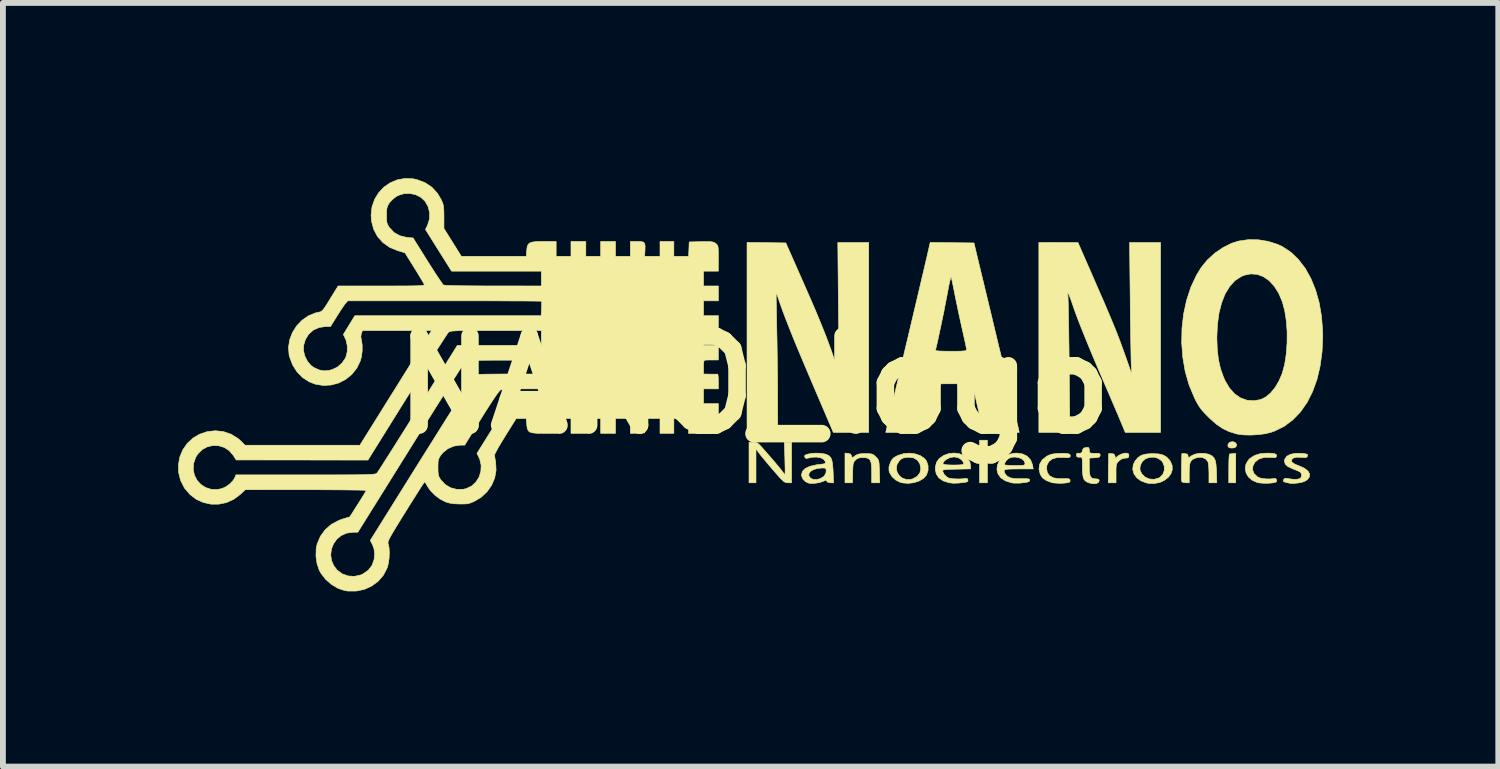
<source format=kicad_pcb>
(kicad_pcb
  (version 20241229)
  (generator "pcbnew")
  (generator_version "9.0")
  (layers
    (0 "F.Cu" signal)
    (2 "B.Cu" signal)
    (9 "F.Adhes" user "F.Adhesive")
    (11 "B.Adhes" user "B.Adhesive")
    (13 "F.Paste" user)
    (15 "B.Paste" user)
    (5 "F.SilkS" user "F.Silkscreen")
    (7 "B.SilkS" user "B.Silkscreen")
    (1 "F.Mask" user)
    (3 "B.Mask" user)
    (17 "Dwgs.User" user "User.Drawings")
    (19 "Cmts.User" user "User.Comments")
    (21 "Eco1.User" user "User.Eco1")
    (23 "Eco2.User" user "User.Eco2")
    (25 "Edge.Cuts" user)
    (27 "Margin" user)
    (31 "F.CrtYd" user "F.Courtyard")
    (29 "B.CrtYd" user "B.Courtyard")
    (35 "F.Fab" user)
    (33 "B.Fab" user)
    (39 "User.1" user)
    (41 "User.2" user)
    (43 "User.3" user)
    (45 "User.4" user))
  (footprint "NANO_logo"
    (layer "F.Cu")
    (at 9.858 3.539)
    (property "Reference" "NANO_logo" (at 0 0 0) (layer "F.SilkS") (effects (font (size 1.524 1.524) (thickness 0.3))))
    (attr through_hole)
    (fp_poly (pts (xy 3.996 1.676) (xy 3.861 1.676) (xy 3.861 0.948) (xy 3.996 0.948) (xy 3.996 1.676)) (stroke (width 0.01) (type solid)) (fill yes) (layer "F.SilkS"))
    (fp_poly (pts (xy 8.247 1.676) (xy 8.128 1.676) (xy 8.128 1.431) (xy 8.129 1.344) (xy 8.131 1.27) (xy 8.135 1.215) (xy 8.139 1.186) (xy 8.141 1.183) (xy 8.166 1.18) (xy 8.2 1.177) (xy 8.247 1.173) (xy 8.247 1.676)) (stroke (width 0.01) (type solid)) (fill yes) (layer "F.SilkS"))
    (fp_poly (pts (xy 8.238 0.986) (xy 8.261 1.017) (xy 8.263 1.032) (xy 8.249 1.063) (xy 8.212 1.08) (xy 8.163 1.081) (xy 8.132 1.073) (xy 8.113 1.05) (xy 8.115 1.018) (xy 8.138 0.988) (xy 8.151 0.98) (xy 8.197 0.972) (xy 8.238 0.986)) (stroke (width 0.01) (type solid)) (fill yes) (layer "F.SilkS"))
    (fp_poly (pts (xy 6.401 1.172) (xy 6.416 1.189) (xy 6.418 1.211) (xy 6.413 1.239) (xy 6.394 1.251) (xy 6.357 1.253) (xy 6.301 1.264) (xy 6.25 1.299) (xy 6.247 1.303) (xy 6.224 1.327) (xy 6.21 1.351) (xy 6.202 1.382) (xy 6.198 1.43) (xy 6.198 1.501) (xy 6.198 1.514) (xy 6.198 1.676) (xy 6.065 1.676) (xy 6.071 1.177) (xy 6.121 1.177) (xy 6.159 1.183) (xy 6.177 1.207) (xy 6.183 1.228) (xy 6.191 1.256) (xy 6.195 1.259) (xy 6.196 1.257) (xy 6.213 1.231) (xy 6.252 1.203) (xy 6.301 1.181) (xy 6.351 1.169) (xy 6.363 1.168) (xy 6.401 1.172)) (stroke (width 0.01) (type solid)) (fill yes) (layer "F.SilkS"))
    (fp_poly (pts (xy 0.643 1.676) (xy 0.58 1.676) (xy 0.555 1.674) (xy 0.532 1.667) (xy 0.507 1.651) (xy 0.475 1.622) (xy 0.432 1.577) (xy 0.374 1.511) (xy 0.339 1.47) (xy 0.272 1.393) (xy 0.208 1.317) (xy 0.152 1.249) (xy 0.11 1.198) (xy 0.097 1.181) (xy 0.034 1.097) (xy 0.034 1.676) (xy -0.085 1.676) (xy -0.085 0.982) (xy -0.013 0.982) (xy 0.026 0.985) (xy 0.057 0.995) (xy 0.088 1.019) (xy 0.129 1.062) (xy 0.144 1.079) (xy 0.261 1.213) (xy 0.357 1.324) (xy 0.43 1.411) (xy 0.48 1.474) (xy 0.508 1.512) (xy 0.518 1.527) (xy 0.526 1.532) (xy 0.53 1.522) (xy 0.533 1.494) (xy 0.533 1.443) (xy 0.531 1.366) (xy 0.529 1.27) (xy 0.52 0.982) (xy 0.643 0.982) (xy 0.643 1.676)) (stroke (width 0.01) (type solid)) (fill yes) (layer "F.SilkS"))
    (fp_poly (pts (xy 1.609 1.172) (xy 1.651 1.183) (xy 1.67 1.214) (xy 1.68 1.252) (xy 1.73 1.214) (xy 1.765 1.194) (xy 1.805 1.182) (xy 1.863 1.177) (xy 1.906 1.177) (xy 1.972 1.178) (xy 2.014 1.183) (xy 2.045 1.196) (xy 2.073 1.219) (xy 2.087 1.232) (xy 2.11 1.257) (xy 2.126 1.28) (xy 2.136 1.307) (xy 2.142 1.348) (xy 2.145 1.409) (xy 2.148 1.482) (xy 2.153 1.676) (xy 2.015 1.676) (xy 2.015 1.5) (xy 2.013 1.401) (xy 2.004 1.331) (xy 1.986 1.285) (xy 1.957 1.259) (xy 1.912 1.247) (xy 1.865 1.245) (xy 1.805 1.249) (xy 1.765 1.263) (xy 1.736 1.288) (xy 1.716 1.31) (xy 1.704 1.334) (xy 1.696 1.368) (xy 1.692 1.419) (xy 1.69 1.496) (xy 1.69 1.503) (xy 1.687 1.676) (xy 1.558 1.676) (xy 1.558 1.168) (xy 1.609 1.172)) (stroke (width 0.01) (type solid)) (fill yes) (layer "F.SilkS"))
    (fp_poly (pts (xy 8.863 1.171) (xy 8.915 1.179) (xy 8.941 1.193) (xy 8.947 1.214) (xy 8.945 1.22) (xy 8.937 1.238) (xy 8.917 1.246) (xy 8.878 1.246) (xy 8.84 1.242) (xy 8.733 1.242) (xy 8.647 1.268) (xy 8.581 1.319) (xy 8.577 1.323) (xy 8.541 1.389) (xy 8.536 1.456) (xy 8.561 1.519) (xy 8.615 1.571) (xy 8.639 1.585) (xy 8.688 1.6) (xy 8.757 1.609) (xy 8.829 1.611) (xy 8.891 1.605) (xy 8.905 1.601) (xy 8.932 1.605) (xy 8.947 1.627) (xy 8.946 1.653) (xy 8.93 1.666) (xy 8.877 1.678) (xy 8.804 1.684) (xy 8.724 1.684) (xy 8.651 1.678) (xy 8.613 1.67) (xy 8.528 1.632) (xy 8.465 1.577) (xy 8.425 1.509) (xy 8.41 1.434) (xy 8.422 1.359) (xy 8.462 1.289) (xy 8.49 1.26) (xy 8.57 1.208) (xy 8.665 1.178) (xy 8.782 1.169) (xy 8.782 1.169) (xy 8.863 1.171)) (stroke (width 0.01) (type solid)) (fill yes) (layer "F.SilkS"))
    (fp_poly (pts (xy 5.379 1.178) (xy 5.41 1.193) (xy 5.416 1.216) (xy 5.413 1.225) (xy 5.402 1.24) (xy 5.376 1.246) (xy 5.328 1.245) (xy 5.297 1.242) (xy 5.193 1.243) (xy 5.11 1.266) (xy 5.05 1.31) (xy 5.016 1.372) (xy 5.009 1.422) (xy 5.02 1.498) (xy 5.058 1.554) (xy 5.124 1.591) (xy 5.215 1.606) (xy 5.28 1.606) (xy 5.346 1.604) (xy 5.387 1.607) (xy 5.406 1.617) (xy 5.41 1.624) (xy 5.411 1.653) (xy 5.407 1.661) (xy 5.378 1.673) (xy 5.325 1.681) (xy 5.259 1.685) (xy 5.19 1.683) (xy 5.128 1.678) (xy 5.094 1.671) (xy 5.004 1.637) (xy 4.941 1.593) (xy 4.902 1.535) (xy 4.901 1.532) (xy 4.879 1.442) (xy 4.89 1.359) (xy 4.932 1.286) (xy 5.005 1.226) (xy 5.009 1.224) (xy 5.056 1.2) (xy 5.104 1.185) (xy 5.165 1.177) (xy 5.231 1.173) (xy 5.32 1.172) (xy 5.379 1.178)) (stroke (width 0.01) (type solid)) (fill yes) (layer "F.SilkS"))
    (fp_poly (pts (xy 7.782 1.187) (xy 7.793 1.191) (xy 7.84 1.215) (xy 7.874 1.247) (xy 7.896 1.292) (xy 7.909 1.356) (xy 7.916 1.445) (xy 7.918 1.491) (xy 7.923 1.676) (xy 7.789 1.676) (xy 7.789 1.516) (xy 7.787 1.441) (xy 7.782 1.375) (xy 7.775 1.328) (xy 7.771 1.315) (xy 7.732 1.268) (xy 7.674 1.242) (xy 7.606 1.239) (xy 7.536 1.261) (xy 7.535 1.262) (xy 7.499 1.285) (xy 7.474 1.314) (xy 7.46 1.357) (xy 7.453 1.419) (xy 7.451 1.508) (xy 7.451 1.514) (xy 7.451 1.676) (xy 7.391 1.676) (xy 7.348 1.671) (xy 7.324 1.657) (xy 7.323 1.654) (xy 7.32 1.63) (xy 7.318 1.579) (xy 7.318 1.508) (xy 7.319 1.424) (xy 7.319 1.405) (xy 7.324 1.177) (xy 7.374 1.177) (xy 7.413 1.183) (xy 7.429 1.206) (xy 7.431 1.215) (xy 7.436 1.252) (xy 7.486 1.216) (xy 7.546 1.187) (xy 7.625 1.172) (xy 7.708 1.172) (xy 7.782 1.187)) (stroke (width 0.01) (type solid)) (fill yes) (layer "F.SilkS"))
    (fp_poly (pts (xy 2.76 1.181) (xy 2.847 1.211) (xy 2.918 1.259) (xy 2.953 1.303) (xy 2.98 1.38) (xy 2.98 1.465) (xy 2.953 1.544) (xy 2.902 1.601) (xy 2.828 1.645) (xy 2.738 1.674) (xy 2.641 1.686) (xy 2.544 1.678) (xy 2.504 1.668) (xy 2.427 1.629) (xy 2.363 1.571) (xy 2.321 1.502) (xy 2.311 1.467) (xy 2.311 1.433) (xy 2.437 1.433) (xy 2.451 1.497) (xy 2.487 1.553) (xy 2.539 1.595) (xy 2.605 1.619) (xy 2.679 1.619) (xy 2.721 1.608) (xy 2.794 1.565) (xy 2.84 1.506) (xy 2.856 1.435) (xy 2.841 1.356) (xy 2.839 1.35) (xy 2.796 1.287) (xy 2.732 1.25) (xy 2.647 1.239) (xy 2.619 1.241) (xy 2.558 1.251) (xy 2.516 1.273) (xy 2.486 1.302) (xy 2.447 1.366) (xy 2.437 1.433) (xy 2.311 1.433) (xy 2.311 1.404) (xy 2.335 1.33) (xy 2.36 1.282) (xy 2.39 1.249) (xy 2.438 1.221) (xy 2.464 1.208) (xy 2.561 1.178) (xy 2.661 1.169) (xy 2.76 1.181)) (stroke (width 0.01) (type solid)) (fill yes) (layer "F.SilkS"))
    (fp_poly (pts (xy 6.928 1.182) (xy 7.006 1.201) (xy 7.066 1.237) (xy 7.116 1.291) (xy 7.125 1.303) (xy 7.158 1.377) (xy 7.161 1.451) (xy 7.138 1.521) (xy 7.093 1.582) (xy 7.028 1.633) (xy 6.949 1.67) (xy 6.857 1.688) (xy 6.758 1.686) (xy 6.714 1.677) (xy 6.622 1.642) (xy 6.551 1.588) (xy 6.504 1.522) (xy 6.484 1.447) (xy 6.488 1.41) (xy 6.608 1.41) (xy 6.609 1.46) (xy 6.634 1.513) (xy 6.643 1.526) (xy 6.698 1.58) (xy 6.77 1.611) (xy 6.85 1.617) (xy 6.927 1.595) (xy 6.951 1.582) (xy 6.999 1.532) (xy 7.024 1.466) (xy 7.024 1.395) (xy 6.998 1.327) (xy 6.98 1.302) (xy 6.921 1.258) (xy 6.85 1.238) (xy 6.776 1.24) (xy 6.707 1.263) (xy 6.653 1.307) (xy 6.628 1.347) (xy 6.608 1.41) (xy 6.488 1.41) (xy 6.492 1.368) (xy 6.524 1.303) (xy 6.573 1.245) (xy 6.631 1.206) (xy 6.705 1.185) (xy 6.804 1.177) (xy 6.824 1.177) (xy 6.928 1.182)) (stroke (width 0.01) (type solid)) (fill yes) (layer "F.SilkS"))
    (fp_poly (pts (xy 9.413 1.176) (xy 9.455 1.183) (xy 9.475 1.193) (xy 9.477 1.211) (xy 9.473 1.224) (xy 9.459 1.24) (xy 9.43 1.245) (xy 9.381 1.241) (xy 9.295 1.238) (xy 9.236 1.251) (xy 9.205 1.279) (xy 9.205 1.281) (xy 9.202 1.309) (xy 9.222 1.334) (xy 9.266 1.36) (xy 9.339 1.39) (xy 9.346 1.392) (xy 9.429 1.431) (xy 9.485 1.477) (xy 9.512 1.525) (xy 9.508 1.575) (xy 9.474 1.621) (xy 9.44 1.645) (xy 9.389 1.665) (xy 9.319 1.679) (xy 9.246 1.687) (xy 9.184 1.686) (xy 9.169 1.683) (xy 9.124 1.673) (xy 9.097 1.667) (xy 9.065 1.654) (xy 9.064 1.631) (xy 9.074 1.612) (xy 9.09 1.601) (xy 9.122 1.6) (xy 9.173 1.609) (xy 9.252 1.619) (xy 9.316 1.613) (xy 9.355 1.598) (xy 9.371 1.574) (xy 9.373 1.55) (xy 9.37 1.522) (xy 9.359 1.5) (xy 9.332 1.482) (xy 9.285 1.461) (xy 9.224 1.438) (xy 9.143 1.4) (xy 9.095 1.356) (xy 9.08 1.305) (xy 9.086 1.273) (xy 9.122 1.221) (xy 9.185 1.188) (xy 9.275 1.172) (xy 9.342 1.172) (xy 9.413 1.176)) (stroke (width 0.01) (type solid)) (fill yes) (layer "F.SilkS"))
    (fp_poly (pts (xy 5.732 1.076) (xy 5.74 1.105) (xy 5.74 1.118) (xy 5.742 1.146) (xy 5.752 1.163) (xy 5.778 1.17) (xy 5.827 1.172) (xy 5.863 1.171) (xy 5.906 1.173) (xy 5.924 1.186) (xy 5.927 1.203) (xy 5.918 1.231) (xy 5.905 1.238) (xy 5.872 1.243) (xy 5.867 1.244) (xy 5.84 1.247) (xy 5.796 1.25) (xy 5.795 1.25) (xy 5.74 1.253) (xy 5.74 1.404) (xy 5.743 1.492) (xy 5.752 1.55) (xy 5.772 1.586) (xy 5.803 1.604) (xy 5.851 1.609) (xy 5.852 1.609) (xy 5.892 1.613) (xy 5.908 1.629) (xy 5.91 1.641) (xy 5.895 1.672) (xy 5.857 1.69) (xy 5.802 1.692) (xy 5.737 1.678) (xy 5.711 1.668) (xy 5.674 1.646) (xy 5.648 1.615) (xy 5.633 1.567) (xy 5.624 1.499) (xy 5.622 1.402) (xy 5.622 1.395) (xy 5.621 1.32) (xy 5.619 1.273) (xy 5.613 1.247) (xy 5.603 1.238) (xy 5.592 1.237) (xy 5.546 1.238) (xy 5.525 1.225) (xy 5.52 1.202) (xy 5.526 1.176) (xy 5.533 1.17) (xy 5.588 1.171) (xy 5.617 1.15) (xy 5.622 1.128) (xy 5.635 1.091) (xy 5.66 1.077) (xy 5.708 1.068) (xy 5.732 1.076)) (stroke (width 0.01) (type solid)) (fill yes) (layer "F.SilkS"))
    (fp_poly (pts (xy 4.596 1.182) (xy 4.676 1.221) (xy 4.734 1.283) (xy 4.767 1.364) (xy 4.769 1.376) (xy 4.78 1.439) (xy 4.532 1.439) (xy 4.43 1.44) (xy 4.358 1.442) (xy 4.312 1.448) (xy 4.288 1.459) (xy 4.282 1.476) (xy 4.289 1.501) (xy 4.302 1.525) (xy 4.337 1.566) (xy 4.394 1.593) (xy 4.475 1.605) (xy 4.569 1.606) (xy 4.641 1.605) (xy 4.686 1.607) (xy 4.71 1.613) (xy 4.72 1.625) (xy 4.721 1.629) (xy 4.712 1.653) (xy 4.679 1.665) (xy 4.555 1.682) (xy 4.45 1.682) (xy 4.408 1.676) (xy 4.305 1.643) (xy 4.228 1.593) (xy 4.179 1.528) (xy 4.159 1.45) (xy 4.166 1.379) (xy 4.173 1.362) (xy 4.288 1.362) (xy 4.29 1.368) (xy 4.309 1.373) (xy 4.355 1.377) (xy 4.419 1.38) (xy 4.469 1.38) (xy 4.546 1.38) (xy 4.596 1.378) (xy 4.624 1.373) (xy 4.636 1.363) (xy 4.64 1.349) (xy 4.64 1.343) (xy 4.625 1.301) (xy 4.585 1.267) (xy 4.529 1.244) (xy 4.465 1.235) (xy 4.403 1.241) (xy 4.356 1.262) (xy 4.32 1.295) (xy 4.296 1.332) (xy 4.288 1.362) (xy 4.173 1.362) (xy 4.2 1.3) (xy 4.261 1.237) (xy 4.346 1.193) (xy 4.449 1.171) (xy 4.498 1.168) (xy 4.596 1.182)) (stroke (width 0.01) (type solid)) (fill yes) (layer "F.SilkS"))
    (fp_poly (pts (xy 6.96 0.813) (xy 6.356 0.813) (xy 6.287 0.648) (xy 6.264 0.593) (xy 6.23 0.511) (xy 6.186 0.409) (xy 6.135 0.29) (xy 6.08 0.161) (xy 6.021 0.025) (xy 5.978 -0.076) (xy 5.858 -0.355) (xy 5.753 -0.605) (xy 5.663 -0.826) (xy 5.586 -1.018) (xy 5.522 -1.184) (xy 5.472 -1.323) (xy 5.453 -1.38) (xy 5.426 -1.457) (xy 5.403 -1.518) (xy 5.385 -1.558) (xy 5.373 -1.576) (xy 5.369 -1.568) (xy 5.374 -1.532) (xy 5.376 -1.507) (xy 5.378 -1.451) (xy 5.381 -1.367) (xy 5.383 -1.257) (xy 5.385 -1.126) (xy 5.388 -0.975) (xy 5.39 -0.808) (xy 5.393 -0.627) (xy 5.395 -0.436) (xy 5.396 -0.334) (xy 5.407 0.813) (xy 4.877 0.813) (xy 4.877 -2.438) (xy 5.546 -2.437) (xy 5.825 -1.799) (xy 5.91 -1.603) (xy 5.984 -1.435) (xy 6.046 -1.289) (xy 6.1 -1.162) (xy 6.147 -1.049) (xy 6.189 -0.947) (xy 6.226 -0.852) (xy 6.262 -0.759) (xy 6.297 -0.664) (xy 6.333 -0.563) (xy 6.362 -0.483) (xy 6.469 -0.178) (xy 6.46 -0.313) (xy 6.458 -0.355) (xy 6.456 -0.427) (xy 6.454 -0.526) (xy 6.452 -0.649) (xy 6.449 -0.791) (xy 6.447 -0.949) (xy 6.444 -1.12) (xy 6.442 -1.301) (xy 6.441 -1.444) (xy 6.43 -2.438) (xy 6.96 -2.438) (xy 6.96 0.813)) (stroke (width 0.01) (type solid)) (fill yes) (layer "F.SilkS"))
    (fp_poly (pts (xy 3.517 1.179) (xy 3.594 1.21) (xy 3.656 1.258) (xy 3.696 1.319) (xy 3.708 1.386) (xy 3.708 1.438) (xy 3.467 1.443) (xy 3.372 1.445) (xy 3.307 1.448) (xy 3.265 1.451) (xy 3.241 1.457) (xy 3.232 1.466) (xy 3.231 1.478) (xy 3.232 1.482) (xy 3.256 1.534) (xy 3.303 1.578) (xy 3.336 1.596) (xy 3.377 1.604) (xy 3.438 1.609) (xy 3.508 1.611) (xy 3.573 1.608) (xy 3.62 1.601) (xy 3.623 1.6) (xy 3.651 1.604) (xy 3.662 1.625) (xy 3.662 1.65) (xy 3.64 1.662) (xy 3.618 1.667) (xy 3.502 1.681) (xy 3.411 1.684) (xy 3.338 1.675) (xy 3.239 1.643) (xy 3.165 1.592) (xy 3.12 1.524) (xy 3.103 1.441) (xy 3.104 1.408) (xy 3.122 1.341) (xy 3.233 1.341) (xy 3.244 1.357) (xy 3.282 1.367) (xy 3.35 1.371) (xy 3.412 1.372) (xy 3.493 1.371) (xy 3.545 1.368) (xy 3.575 1.363) (xy 3.588 1.353) (xy 3.59 1.345) (xy 3.579 1.316) (xy 3.551 1.281) (xy 3.548 1.278) (xy 3.493 1.244) (xy 3.424 1.233) (xy 3.352 1.245) (xy 3.289 1.278) (xy 3.286 1.28) (xy 3.248 1.315) (xy 3.233 1.341) (xy 3.122 1.341) (xy 3.125 1.325) (xy 3.172 1.261) (xy 3.248 1.208) (xy 3.252 1.206) (xy 3.34 1.175) (xy 3.431 1.167) (xy 3.517 1.179)) (stroke (width 0.01) (type solid)) (fill yes) (layer "F.SilkS"))
    (fp_poly (pts (xy 1.141 1.172) (xy 1.213 1.183) (xy 1.244 1.192) (xy 1.284 1.214) (xy 1.312 1.242) (xy 1.332 1.285) (xy 1.344 1.346) (xy 1.352 1.433) (xy 1.355 1.486) (xy 1.363 1.676) (xy 1.31 1.676) (xy 1.266 1.668) (xy 1.247 1.65) (xy 1.236 1.635) (xy 1.217 1.636) (xy 1.185 1.651) (xy 1.126 1.671) (xy 1.052 1.684) (xy 0.978 1.687) (xy 0.937 1.682) (xy 0.882 1.657) (xy 0.838 1.612) (xy 0.815 1.558) (xy 0.813 1.541) (xy 0.818 1.522) (xy 0.939 1.522) (xy 0.94 1.558) (xy 0.969 1.599) (xy 1.019 1.62) (xy 1.084 1.619) (xy 1.142 1.602) (xy 1.201 1.563) (xy 1.232 1.507) (xy 1.236 1.466) (xy 1.232 1.437) (xy 1.214 1.425) (xy 1.173 1.422) (xy 1.087 1.43) (xy 1.017 1.451) (xy 0.966 1.483) (xy 0.939 1.522) (xy 0.818 1.522) (xy 0.829 1.481) (xy 0.876 1.432) (xy 0.956 1.395) (xy 1.067 1.369) (xy 1.13 1.361) (xy 1.186 1.354) (xy 1.216 1.345) (xy 1.225 1.332) (xy 1.223 1.318) (xy 1.196 1.277) (xy 1.144 1.249) (xy 1.074 1.236) (xy 0.992 1.239) (xy 0.937 1.252) (xy 0.897 1.259) (xy 0.877 1.25) (xy 0.873 1.242) (xy 0.866 1.218) (xy 0.872 1.205) (xy 0.9 1.193) (xy 0.917 1.187) (xy 0.979 1.174) (xy 1.059 1.169) (xy 1.141 1.172)) (stroke (width 0.01) (type solid)) (fill yes) (layer "F.SilkS"))
    (fp_poly (pts (xy 0.213 -2.435) (xy 0.545 -2.43) (xy 0.807 -1.837) (xy 0.905 -1.614) (xy 0.991 -1.418) (xy 1.065 -1.245) (xy 1.129 -1.09) (xy 1.186 -0.95) (xy 1.237 -0.821) (xy 1.283 -0.698) (xy 1.327 -0.578) (xy 1.351 -0.508) (xy 1.391 -0.392) (xy 1.422 -0.304) (xy 1.443 -0.244) (xy 1.457 -0.207) (xy 1.466 -0.191) (xy 1.469 -0.193) (xy 1.469 -0.212) (xy 1.466 -0.243) (xy 1.464 -0.271) (xy 1.462 -0.308) (xy 1.46 -0.375) (xy 1.458 -0.469) (xy 1.456 -0.587) (xy 1.454 -0.726) (xy 1.452 -0.882) (xy 1.449 -1.052) (xy 1.447 -1.232) (xy 1.445 -1.41) (xy 1.435 -2.438) (xy 1.964 -2.438) (xy 1.964 0.813) (xy 1.358 0.813) (xy 1.019 0.021) (xy 0.91 -0.236) (xy 0.813 -0.465) (xy 0.728 -0.668) (xy 0.655 -0.847) (xy 0.592 -1.005) (xy 0.538 -1.144) (xy 0.492 -1.265) (xy 0.454 -1.373) (xy 0.432 -1.436) (xy 0.411 -1.498) (xy 0.394 -1.545) (xy 0.383 -1.57) (xy 0.381 -1.572) (xy 0.38 -1.554) (xy 0.38 -1.506) (xy 0.381 -1.433) (xy 0.383 -1.336) (xy 0.385 -1.221) (xy 0.387 -1.09) (xy 0.39 -0.949) (xy 0.39 -0.94) (xy 0.394 -0.764) (xy 0.397 -0.569) (xy 0.4 -0.365) (xy 0.403 -0.162) (xy 0.404 0.029) (xy 0.405 0.2) (xy 0.405 0.25) (xy 0.406 0.813) (xy -0.119 0.813) (xy -0.119 -2.439) (xy 0.213 -2.435)) (stroke (width 0.01) (type solid)) (fill yes) (layer "F.SilkS"))
    (fp_poly (pts (xy 8.634 -2.484) (xy 8.805 -2.456) (xy 8.965 -2.405) (xy 9.043 -2.369) (xy 9.19 -2.272) (xy 9.321 -2.146) (xy 9.437 -1.995) (xy 9.535 -1.819) (xy 9.615 -1.622) (xy 9.676 -1.405) (xy 9.716 -1.171) (xy 9.735 -0.923) (xy 9.737 -0.833) (xy 9.725 -0.569) (xy 9.692 -0.322) (xy 9.638 -0.093) (xy 9.563 0.114) (xy 9.469 0.3) (xy 9.356 0.462) (xy 9.225 0.598) (xy 9.077 0.709) (xy 8.913 0.79) (xy 8.848 0.813) (xy 8.747 0.837) (xy 8.627 0.852) (xy 8.502 0.859) (xy 8.381 0.856) (xy 8.278 0.843) (xy 8.257 0.838) (xy 8.132 0.799) (xy 8.022 0.746) (xy 7.917 0.674) (xy 7.808 0.578) (xy 7.78 0.551) (xy 7.71 0.48) (xy 7.658 0.42) (xy 7.617 0.362) (xy 7.578 0.296) (xy 7.538 0.216) (xy 7.448 0.000097) (xy 7.382 -0.231) (xy 7.341 -0.473) (xy 7.322 -0.72) (xy 7.324 -0.804) (xy 7.924 -0.804) (xy 7.931 -0.607) (xy 7.951 -0.434) (xy 7.986 -0.279) (xy 8.037 -0.135) (xy 8.063 -0.076) (xy 8.139 0.053) (xy 8.228 0.153) (xy 8.329 0.223) (xy 8.441 0.263) (xy 8.56 0.272) (xy 8.674 0.251) (xy 8.76 0.209) (xy 8.844 0.139) (xy 8.922 0.044) (xy 8.989 -0.07) (xy 9.043 -0.196) (xy 9.085 -0.351) (xy 9.112 -0.528) (xy 9.126 -0.717) (xy 9.127 -0.91) (xy 9.113 -1.099) (xy 9.085 -1.274) (xy 9.045 -1.423) (xy 8.983 -1.569) (xy 8.906 -1.691) (xy 8.818 -1.786) (xy 8.72 -1.853) (xy 8.615 -1.892) (xy 8.504 -1.9) (xy 8.391 -1.877) (xy 8.339 -1.854) (xy 8.234 -1.785) (xy 8.143 -1.685) (xy 8.066 -1.559) (xy 8.006 -1.407) (xy 7.961 -1.231) (xy 7.934 -1.034) (xy 7.924 -0.816) (xy 7.924 -0.804) (xy 7.324 -0.804) (xy 7.327 -0.969) (xy 7.355 -1.213) (xy 7.406 -1.449) (xy 7.479 -1.672) (xy 7.575 -1.877) (xy 7.656 -2.009) (xy 7.761 -2.138) (xy 7.888 -2.254) (xy 8.03 -2.351) (xy 8.178 -2.425) (xy 8.299 -2.463) (xy 8.462 -2.486) (xy 8.634 -2.484)) (stroke (width 0.01) (type solid)) (fill yes) (layer "F.SilkS"))
    (fp_poly (pts (xy 3.392 -2.434) (xy 3.766 -2.43) (xy 3.839 -2.125) (xy 3.869 -1.999) (xy 3.904 -1.854) (xy 3.94 -1.706) (xy 3.973 -1.567) (xy 3.988 -1.507) (xy 4.01 -1.415) (xy 4.037 -1.302) (xy 4.069 -1.17) (xy 4.104 -1.023) (xy 4.142 -0.864) (xy 4.182 -0.697) (xy 4.224 -0.525) (xy 4.265 -0.351) (xy 4.306 -0.178) (xy 4.347 -0.011) (xy 4.385 0.149) (xy 4.42 0.297) (xy 4.452 0.43) (xy 4.479 0.546) (xy 4.501 0.639) (xy 4.518 0.708) (xy 4.527 0.749) (xy 4.529 0.758) (xy 4.541 0.813) (xy 4.235 0.813) (xy 4.126 0.813) (xy 4.047 0.812) (xy 3.992 0.81) (xy 3.957 0.806) (xy 3.936 0.8) (xy 3.926 0.791) (xy 3.921 0.779) (xy 3.92 0.775) (xy 3.914 0.748) (xy 3.901 0.693) (xy 3.883 0.615) (xy 3.862 0.521) (xy 3.838 0.415) (xy 3.826 0.365) (xy 3.802 0.258) (xy 3.78 0.163) (xy 3.761 0.084) (xy 3.747 0.026) (xy 3.739 -0.005) (xy 3.738 -0.01) (xy 3.729 -0.014) (xy 3.708 -0.016) (xy 3.671 -0.018) (xy 3.614 -0.019) (xy 3.534 -0.02) (xy 3.425 -0.019) (xy 3.351 -0.019) (xy 3.018 -0.017) (xy 3.009 0.03) (xy 3.002 0.06) (xy 2.991 0.118) (xy 2.974 0.197) (xy 2.955 0.292) (xy 2.933 0.397) (xy 2.93 0.415) (xy 2.908 0.519) (xy 2.888 0.613) (xy 2.872 0.692) (xy 2.859 0.75) (xy 2.852 0.781) (xy 2.851 0.783) (xy 2.845 0.794) (xy 2.831 0.802) (xy 2.805 0.807) (xy 2.761 0.81) (xy 2.695 0.812) (xy 2.602 0.813) (xy 2.549 0.813) (xy 2.256 0.813) (xy 2.272 0.741) (xy 2.281 0.702) (xy 2.296 0.635) (xy 2.317 0.544) (xy 2.343 0.434) (xy 2.372 0.308) (xy 2.404 0.171) (xy 2.438 0.028) (xy 2.472 -0.117) (xy 2.505 -0.259) (xy 2.537 -0.395) (xy 2.566 -0.519) (xy 2.584 -0.597) (xy 3.107 -0.597) (xy 3.112 -0.589) (xy 3.135 -0.583) (xy 3.181 -0.579) (xy 3.253 -0.577) (xy 3.354 -0.576) (xy 3.37 -0.576) (xy 3.476 -0.576) (xy 3.552 -0.578) (xy 3.602 -0.582) (xy 3.63 -0.588) (xy 3.64 -0.596) (xy 3.641 -0.598) (xy 3.637 -0.62) (xy 3.627 -0.671) (xy 3.612 -0.743) (xy 3.592 -0.832) (xy 3.57 -0.933) (xy 3.566 -0.949) (xy 3.538 -1.075) (xy 3.508 -1.213) (xy 3.479 -1.351) (xy 3.453 -1.476) (xy 3.438 -1.549) (xy 3.42 -1.643) (xy 3.403 -1.725) (xy 3.389 -1.791) (xy 3.379 -1.833) (xy 3.375 -1.846) (xy 3.369 -1.838) (xy 3.359 -1.802) (xy 3.345 -1.742) (xy 3.328 -1.662) (xy 3.311 -1.567) (xy 3.311 -1.566) (xy 3.294 -1.48) (xy 3.274 -1.377) (xy 3.252 -1.262) (xy 3.227 -1.142) (xy 3.202 -1.021) (xy 3.177 -0.906) (xy 3.155 -0.8) (xy 3.135 -0.711) (xy 3.119 -0.643) (xy 3.108 -0.601) (xy 3.107 -0.597) (xy 2.584 -0.597) (xy 2.591 -0.627) (xy 2.607 -0.694) (xy 2.644 -0.848) (xy 2.682 -1.011) (xy 2.722 -1.179) (xy 2.762 -1.35) (xy 2.802 -1.518) (xy 2.84 -1.68) (xy 2.876 -1.833) (xy 2.909 -1.972) (xy 2.937 -2.093) (xy 2.961 -2.194) (xy 2.978 -2.269) (xy 2.989 -2.315) (xy 2.989 -2.316) (xy 3.017 -2.439) (xy 3.392 -2.434)) (stroke (width 0.01) (type solid)) (fill yes) (layer "F.SilkS"))
    (fp_poly (pts (xy -5.836 -3.528) (xy -5.775 -3.515) (xy -5.635 -3.463) (xy -5.516 -3.385) (xy -5.42 -3.281) (xy -5.353 -3.167) (xy -5.333 -3.122) (xy -5.32 -3.081) (xy -5.313 -3.034) (xy -5.309 -2.971) (xy -5.308 -2.885) (xy -5.308 -2.876) (xy -5.308 -2.678) (xy -5.159 -2.44) (xy -5.01 -2.201) (xy -3.899 -2.201) (xy -3.891 -2.297) (xy -3.884 -2.356) (xy -3.87 -2.398) (xy -3.845 -2.426) (xy -3.803 -2.443) (xy -3.74 -2.452) (xy -3.65 -2.455) (xy -3.596 -2.455) (xy -3.387 -2.455) (xy -3.387 -2.201) (xy -3.133 -2.201) (xy -3.133 -2.455) (xy -2.879 -2.455) (xy -2.879 -2.201) (xy -2.625 -2.201) (xy -2.625 -2.455) (xy -2.371 -2.455) (xy -2.371 -2.201) (xy -2.117 -2.201) (xy -2.117 -2.455) (xy -1.998 -2.455) (xy -1.934 -2.454) (xy -1.893 -2.444) (xy -1.872 -2.421) (xy -1.864 -2.378) (xy -1.866 -2.308) (xy -1.867 -2.29) (xy -1.872 -2.201) (xy -1.609 -2.201) (xy -1.609 -2.455) (xy -1.372 -2.455) (xy -1.372 -2.201) (xy -1.119 -2.201) (xy -1.114 -2.324) (xy -1.109 -2.447) (xy -0.905 -2.452) (xy -0.817 -2.453) (xy -0.756 -2.452) (xy -0.714 -2.448) (xy -0.686 -2.44) (xy -0.664 -2.427) (xy -0.655 -2.421) (xy -0.636 -2.405) (xy -0.624 -2.388) (xy -0.616 -2.364) (xy -0.612 -2.326) (xy -0.61 -2.268) (xy -0.61 -2.184) (xy -0.61 -2.166) (xy -0.61 -1.947) (xy -0.864 -1.947) (xy -0.864 -1.693) (xy -0.61 -1.693) (xy -0.61 -1.439) (xy -0.864 -1.439) (xy -0.864 -1.185) (xy -0.61 -1.185) (xy -0.61 -1.058) (xy -0.611 -0.998) (xy -0.615 -0.954) (xy -0.621 -0.934) (xy -0.622 -0.933) (xy -0.645 -0.934) (xy -0.691 -0.934) (xy -0.749 -0.933) (xy -0.864 -0.931) (xy -0.864 -0.677) (xy -0.61 -0.677) (xy -0.61 -0.427) (xy -0.707 -0.426) (xy -0.766 -0.426) (xy -0.814 -0.425) (xy -0.834 -0.424) (xy -0.85 -0.419) (xy -0.859 -0.4) (xy -0.863 -0.36) (xy -0.864 -0.305) (xy -0.864 -0.186) (xy -0.749 -0.184) (xy -0.69 -0.184) (xy -0.644 -0.184) (xy -0.622 -0.184) (xy -0.616 -0.17) (xy -0.612 -0.129) (xy -0.61 -0.071) (xy -0.61 -0.059) (xy -0.61 0.068) (xy -0.864 0.068) (xy -0.864 0.322) (xy -0.61 0.322) (xy -0.61 0.542) (xy -0.61 0.646) (xy -0.614 0.722) (xy -0.627 0.773) (xy -0.653 0.805) (xy -0.697 0.822) (xy -0.764 0.829) (xy -0.859 0.83) (xy -0.899 0.83) (xy -1.121 0.83) (xy -1.106 0.576) (xy -1.239 0.576) (xy -1.372 0.576) (xy -1.372 0.83) (xy -1.609 0.83) (xy -1.609 0.576) (xy -1.74 0.576) (xy -1.871 0.576) (xy -1.871 0.821) (xy -1.994 0.826) (xy -2.117 0.831) (xy -2.117 0.576) (xy -2.371 0.576) (xy -2.371 0.83) (xy -2.625 0.83) (xy -2.625 0.576) (xy -2.879 0.576) (xy -2.879 0.83) (xy -3.133 0.83) (xy -3.133 0.576) (xy -3.387 0.576) (xy -3.387 0.83) (xy -3.604 0.83) (xy -3.706 0.829) (xy -3.78 0.823) (xy -3.83 0.811) (xy -3.861 0.789) (xy -3.879 0.754) (xy -3.888 0.703) (xy -3.891 0.669) (xy -3.899 0.576) (xy -3.986 0.576) (xy -4.072 0.577) (xy -4.258 0.875) (xy -4.314 0.966) (xy -4.363 1.048) (xy -4.402 1.118) (xy -4.429 1.169) (xy -4.441 1.197) (xy -4.442 1.201) (xy -4.438 1.232) (xy -4.43 1.283) (xy -4.423 1.321) (xy -4.415 1.457) (xy -4.438 1.59) (xy -4.49 1.715) (xy -4.568 1.827) (xy -4.669 1.922) (xy -4.772 1.985) (xy -4.83 2.012) (xy -4.878 2.029) (xy -4.927 2.037) (xy -4.991 2.039) (xy -5.037 2.039) (xy -5.134 2.035) (xy -5.21 2.024) (xy -5.277 2.004) (xy -5.283 2.002) (xy -5.376 1.953) (xy -5.467 1.884) (xy -5.543 1.805) (xy -5.589 1.737) (xy -5.614 1.693) (xy -5.633 1.666) (xy -5.639 1.66) (xy -5.649 1.674) (xy -5.676 1.714) (xy -5.716 1.775) (xy -5.767 1.856) (xy -5.828 1.953) (xy -5.897 2.062) (xy -5.964 2.17) (xy -6.048 2.305) (xy -6.115 2.414) (xy -6.168 2.501) (xy -6.207 2.568) (xy -6.235 2.619) (xy -6.253 2.656) (xy -6.263 2.683) (xy -6.266 2.702) (xy -6.264 2.717) (xy -6.262 2.724) (xy -6.248 2.785) (xy -6.243 2.867) (xy -6.246 2.959) (xy -6.258 3.049) (xy -6.277 3.126) (xy -6.281 3.136) (xy -6.345 3.259) (xy -6.434 3.362) (xy -6.544 3.443) (xy -6.668 3.5) (xy -6.804 3.529) (xy -6.946 3.53) (xy -7.007 3.521) (xy -7.121 3.483) (xy -7.232 3.417) (xy -7.331 3.331) (xy -7.411 3.229) (xy -7.443 3.172) (xy -7.481 3.058) (xy -7.499 2.931) (xy -7.498 2.908) (xy -7.246 2.908) (xy -7.233 3.006) (xy -7.192 3.099) (xy -7.135 3.172) (xy -7.048 3.236) (xy -6.948 3.271) (xy -6.842 3.278) (xy -6.736 3.255) (xy -6.695 3.237) (xy -6.603 3.173) (xy -6.539 3.09) (xy -6.503 2.988) (xy -6.495 2.904) (xy -6.504 2.81) (xy -6.532 2.733) (xy -6.532 2.733) (xy -6.569 2.663) (xy -5.789 1.414) (xy -5.41 1.414) (xy -5.409 1.486) (xy -5.404 1.535) (xy -5.393 1.573) (xy -5.372 1.61) (xy -5.359 1.628) (xy -5.285 1.707) (xy -5.192 1.762) (xy -5.087 1.789) (xy -4.978 1.787) (xy -4.926 1.776) (xy -4.834 1.732) (xy -4.76 1.663) (xy -4.706 1.578) (xy -4.676 1.48) (xy -4.671 1.377) (xy -4.694 1.275) (xy -4.707 1.246) (xy -4.742 1.172) (xy -4.485 0.76) (xy -4.418 0.653) (xy -4.356 0.556) (xy -4.302 0.472) (xy -4.258 0.405) (xy -4.227 0.358) (xy -4.21 0.336) (xy -4.209 0.335) (xy -4.187 0.33) (xy -4.137 0.327) (xy -4.065 0.324) (xy -3.978 0.322) (xy -3.919 0.322) (xy -3.826 0.321) (xy -3.746 0.32) (xy -3.685 0.319) (xy -3.648 0.316) (xy -3.639 0.315) (xy -3.637 0.296) (xy -3.636 0.252) (xy -3.638 0.193) (xy -3.638 0.188) (xy -3.643 0.068) (xy -3.971 0.068) (xy -4.087 0.069) (xy -4.186 0.071) (xy -4.265 0.075) (xy -4.318 0.081) (xy -4.338 0.086) (xy -4.359 0.106) (xy -4.396 0.153) (xy -4.447 0.227) (xy -4.512 0.325) (xy -4.589 0.445) (xy -4.665 0.567) (xy -4.953 1.031) (xy -5.04 1.032) (xy -5.141 1.049) (xy -5.24 1.092) (xy -5.323 1.158) (xy -5.359 1.2) (xy -5.385 1.24) (xy -5.4 1.275) (xy -5.408 1.317) (xy -5.41 1.377) (xy -5.41 1.414) (xy -5.789 1.414) (xy -5.685 1.248) (xy -5.514 0.976) (xy -5.362 0.733) (xy -5.227 0.518) (xy -5.109 0.333) (xy -5.008 0.177) (xy -4.925 0.049) (xy -4.86 -0.051) (xy -4.811 -0.121) (xy -4.78 -0.163) (xy -4.767 -0.177) (xy -4.742 -0.179) (xy -4.688 -0.181) (xy -4.608 -0.183) (xy -4.508 -0.184) (xy -4.391 -0.185) (xy -4.262 -0.186) (xy -4.187 -0.186) (xy -3.641 -0.186) (xy -3.641 -0.423) (xy -4.274 -0.423) (xy -4.418 -0.423) (xy -4.552 -0.422) (xy -4.672 -0.421) (xy -4.773 -0.42) (xy -4.853 -0.418) (xy -4.907 -0.416) (xy -4.931 -0.414) (xy -4.932 -0.414) (xy -4.944 -0.399) (xy -4.972 -0.357) (xy -5.017 -0.29) (xy -5.075 -0.199) (xy -5.146 -0.088) (xy -5.229 0.042) (xy -5.323 0.19) (xy -5.426 0.352) (xy -5.537 0.529) (xy -5.654 0.716) (xy -5.778 0.913) (xy -5.869 1.059) (xy -6.782 2.522) (xy -6.869 2.523) (xy -6.976 2.538) (xy -7.068 2.58) (xy -7.143 2.642) (xy -7.199 2.722) (xy -7.234 2.812) (xy -7.246 2.908) (xy -7.498 2.908) (xy -7.495 2.804) (xy -7.478 2.723) (xy -7.423 2.593) (xy -7.341 2.48) (xy -7.234 2.387) (xy -7.105 2.319) (xy -7.045 2.297) (xy -6.919 2.259) (xy -6.78 2.04) (xy -6.731 1.963) (xy -6.69 1.896) (xy -6.659 1.845) (xy -6.641 1.814) (xy -6.639 1.808) (xy -6.655 1.805) (xy -6.702 1.803) (xy -6.778 1.801) (xy -6.878 1.8) (xy -7.001 1.798) (xy -7.143 1.797) (xy -7.302 1.796) (xy -7.474 1.795) (xy -7.657 1.795) (xy -7.673 1.795) (xy -8.709 1.795) (xy -8.791 1.872) (xy -8.906 1.958) (xy -9.031 2.015) (xy -9.162 2.042) (xy -9.295 2.042) (xy -9.424 2.014) (xy -9.546 1.96) (xy -9.654 1.878) (xy -9.746 1.771) (xy -9.753 1.76) (xy -9.817 1.633) (xy -9.85 1.499) (xy -9.851 1.45) (xy -9.6 1.45) (xy -9.579 1.547) (xy -9.535 1.633) (xy -9.47 1.704) (xy -9.388 1.757) (xy -9.292 1.788) (xy -9.187 1.791) (xy -9.108 1.775) (xy -9.04 1.744) (xy -8.973 1.695) (xy -8.918 1.638) (xy -8.89 1.592) (xy -8.869 1.541) (xy -7.677 1.541) (xy -7.447 1.541) (xy -7.248 1.541) (xy -7.078 1.54) (xy -6.935 1.54) (xy -6.817 1.539) (xy -6.72 1.538) (xy -6.643 1.536) (xy -6.583 1.534) (xy -6.538 1.531) (xy -6.506 1.528) (xy -6.483 1.524) (xy -6.469 1.52) (xy -6.459 1.514) (xy -6.456 1.511) (xy -6.442 1.492) (xy -6.412 1.447) (xy -6.367 1.378) (xy -6.309 1.286) (xy -6.238 1.175) (xy -6.157 1.047) (xy -6.067 0.904) (xy -5.969 0.749) (xy -5.865 0.583) (xy -5.756 0.409) (xy -5.752 0.402) (xy -5.078 -0.677) (xy -3.641 -0.677) (xy -3.641 -0.931) (xy -4.418 -0.931) (xy -4.601 -0.931) (xy -4.754 -0.931) (xy -4.878 -0.93) (xy -4.978 -0.929) (xy -5.056 -0.928) (xy -5.115 -0.925) (xy -5.158 -0.922) (xy -5.188 -0.918) (xy -5.208 -0.913) (xy -5.222 -0.907) (xy -5.229 -0.902) (xy -5.243 -0.883) (xy -5.274 -0.837) (xy -5.319 -0.768) (xy -5.378 -0.677) (xy -5.449 -0.566) (xy -5.531 -0.437) (xy -5.621 -0.294) (xy -5.719 -0.139) (xy -5.823 0.027) (xy -5.932 0.202) (xy -5.936 0.207) (xy -6.609 1.287) (xy -7.737 1.286) (xy -8.865 1.285) (xy -8.915 1.206) (xy -8.985 1.125) (xy -9.07 1.07) (xy -9.165 1.042) (xy -9.263 1.038) (xy -9.358 1.06) (xy -9.446 1.107) (xy -9.519 1.179) (xy -9.558 1.24) (xy -9.594 1.346) (xy -9.6 1.45) (xy -9.851 1.45) (xy -9.853 1.365) (xy -9.829 1.234) (xy -9.778 1.111) (xy -9.701 1.001) (xy -9.601 0.909) (xy -9.494 0.846) (xy -9.359 0.8) (xy -9.219 0.785) (xy -9.082 0.8) (xy -8.951 0.845) (xy -8.833 0.918) (xy -8.772 0.973) (xy -8.714 1.033) (xy -6.747 1.033) (xy -6.206 0.166) (xy -6.106 0.007) (xy -6.011 -0.146) (xy -5.92 -0.291) (xy -5.837 -0.425) (xy -5.762 -0.544) (xy -5.699 -0.646) (xy -5.648 -0.727) (xy -5.611 -0.786) (xy -5.592 -0.816) (xy -5.52 -0.931) (xy -6.701 -0.931) (xy -6.721 -0.885) (xy -6.731 -0.826) (xy -6.723 -0.779) (xy -6.708 -0.69) (xy -6.707 -0.586) (xy -6.72 -0.482) (xy -6.739 -0.413) (xy -6.8 -0.286) (xy -6.886 -0.179) (xy -6.99 -0.094) (xy -7.109 -0.033) (xy -7.239 0.002) (xy -7.373 0.01) (xy -7.509 -0.012) (xy -7.613 -0.052) (xy -7.727 -0.125) (xy -7.824 -0.224) (xy -7.899 -0.343) (xy -7.95 -0.478) (xy -7.959 -0.514) (xy -7.969 -0.645) (xy -7.965 -0.669) (xy -7.712 -0.669) (xy -7.712 -0.58) (xy -7.687 -0.487) (xy -7.642 -0.4) (xy -7.582 -0.33) (xy -7.53 -0.294) (xy -7.441 -0.255) (xy -7.362 -0.24) (xy -7.278 -0.247) (xy -7.221 -0.262) (xy -7.134 -0.303) (xy -7.057 -0.369) (xy -6.999 -0.451) (xy -6.986 -0.478) (xy -6.963 -0.569) (xy -6.963 -0.67) (xy -6.984 -0.765) (xy -6.995 -0.79) (xy -7.03 -0.863) (xy -6.833 -1.185) (xy -3.643 -1.185) (xy -3.638 -1.305) (xy -3.636 -1.365) (xy -3.636 -1.411) (xy -3.639 -1.432) (xy -3.639 -1.432) (xy -3.657 -1.433) (xy -3.706 -1.434) (xy -3.784 -1.435) (xy -3.89 -1.436) (xy -4.02 -1.437) (xy -4.172 -1.437) (xy -4.344 -1.438) (xy -4.534 -1.439) (xy -4.74 -1.439) (xy -4.958 -1.439) (xy -5.188 -1.439) (xy -5.3 -1.439) (xy -6.954 -1.439) (xy -6.988 -1.401) (xy -7.011 -1.372) (xy -7.046 -1.322) (xy -7.089 -1.256) (xy -7.136 -1.183) (xy -7.137 -1.181) (xy -7.25 -0.999) (xy -7.334 -0.999) (xy -7.445 -0.983) (xy -7.542 -0.939) (xy -7.622 -0.869) (xy -7.68 -0.776) (xy -7.712 -0.669) (xy -7.965 -0.669) (xy -7.948 -0.774) (xy -7.901 -0.897) (xy -7.83 -1.009) (xy -7.739 -1.105) (xy -7.631 -1.181) (xy -7.51 -1.231) (xy -7.452 -1.244) (xy -7.427 -1.25) (xy -7.405 -1.261) (xy -7.382 -1.281) (xy -7.356 -1.315) (xy -7.32 -1.368) (xy -7.273 -1.444) (xy -7.255 -1.474) (xy -7.12 -1.693) (xy -6.378 -1.693) (xy -6.2 -1.693) (xy -6.053 -1.694) (xy -5.933 -1.694) (xy -5.84 -1.695) (xy -5.768 -1.697) (xy -5.716 -1.699) (xy -5.681 -1.702) (xy -5.659 -1.706) (xy -5.648 -1.711) (xy -5.645 -1.717) (xy -5.646 -1.722) (xy -5.659 -1.746) (xy -5.686 -1.792) (xy -5.725 -1.857) (xy -5.772 -1.935) (xy -5.817 -2.007) (xy -5.976 -2.262) (xy -6.102 -2.299) (xy -6.238 -2.355) (xy -6.353 -2.437) (xy -6.445 -2.54) (xy -6.51 -2.662) (xy -6.547 -2.799) (xy -6.555 -2.903) (xy -6.291 -2.903) (xy -6.29 -2.831) (xy -6.285 -2.782) (xy -6.273 -2.745) (xy -6.252 -2.708) (xy -6.239 -2.69) (xy -6.163 -2.609) (xy -6.065 -2.554) (xy -5.948 -2.526) (xy -5.938 -2.524) (xy -5.836 -2.515) (xy -5.589 -2.12) (xy -5.523 -2.016) (xy -5.462 -1.921) (xy -5.408 -1.839) (xy -5.364 -1.774) (xy -5.333 -1.729) (xy -5.317 -1.71) (xy -5.316 -1.71) (xy -5.294 -1.706) (xy -5.242 -1.703) (xy -5.161 -1.7) (xy -5.054 -1.698) (xy -4.926 -1.696) (xy -4.778 -1.695) (xy -4.613 -1.694) (xy -4.466 -1.694) (xy -3.641 -1.693) (xy -3.641 -1.947) (xy -5.177 -1.947) (xy -5.624 -2.66) (xy -5.588 -2.735) (xy -5.555 -2.84) (xy -5.553 -2.95) (xy -5.581 -3.057) (xy -5.632 -3.145) (xy -5.704 -3.212) (xy -5.793 -3.257) (xy -5.894 -3.277) (xy -5.996 -3.273) (xy -6.094 -3.242) (xy -6.118 -3.229) (xy -6.174 -3.187) (xy -6.226 -3.136) (xy -6.245 -3.112) (xy -6.268 -3.072) (xy -6.282 -3.034) (xy -6.289 -2.987) (xy -6.291 -2.92) (xy -6.291 -2.903) (xy -6.555 -2.903) (xy -6.555 -2.904) (xy -6.54 -3.046) (xy -6.495 -3.175) (xy -6.426 -3.289) (xy -6.336 -3.385) (xy -6.228 -3.459) (xy -6.107 -3.51) (xy -5.975 -3.534) (xy -5.836 -3.528)) (stroke (width 0.01) (type solid)) (fill yes) (layer "F.SilkS")))
  (gr_rect
    (start -3 -3)
    (end 22.6 10.074)
    (stroke (width 0.1) (type default))
    (fill no)
    (layer "Edge.Cuts")))
</source>
